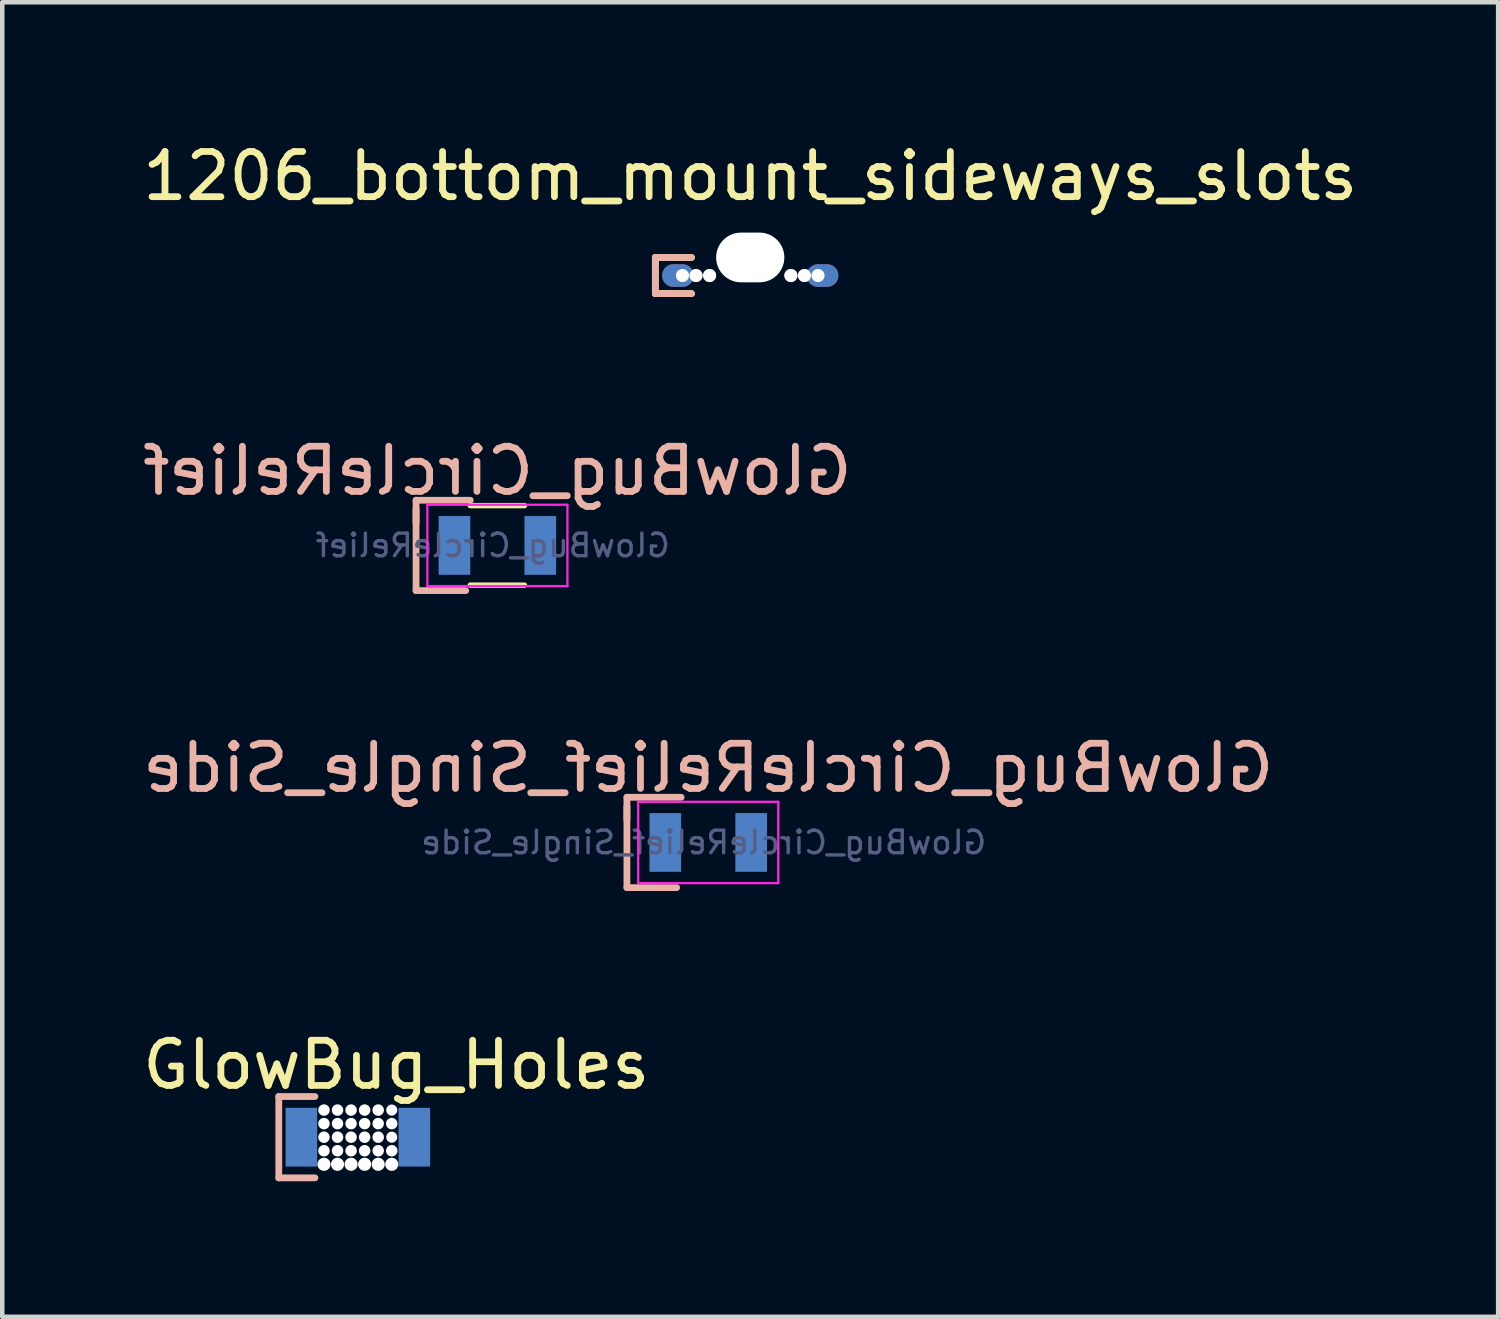
<source format=kicad_pcb>
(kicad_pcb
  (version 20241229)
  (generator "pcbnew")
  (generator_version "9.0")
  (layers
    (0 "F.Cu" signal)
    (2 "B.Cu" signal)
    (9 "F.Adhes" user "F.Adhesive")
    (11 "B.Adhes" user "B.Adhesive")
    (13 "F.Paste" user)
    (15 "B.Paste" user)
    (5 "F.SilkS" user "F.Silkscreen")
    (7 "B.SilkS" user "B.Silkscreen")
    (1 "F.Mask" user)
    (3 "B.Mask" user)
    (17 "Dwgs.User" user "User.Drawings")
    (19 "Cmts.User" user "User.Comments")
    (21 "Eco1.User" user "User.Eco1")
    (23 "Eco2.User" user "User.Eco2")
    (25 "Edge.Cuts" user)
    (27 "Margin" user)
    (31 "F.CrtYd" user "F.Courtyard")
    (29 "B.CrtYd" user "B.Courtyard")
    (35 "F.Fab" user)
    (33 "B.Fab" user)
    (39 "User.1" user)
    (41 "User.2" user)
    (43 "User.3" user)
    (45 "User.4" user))
  (footprint "GlowBug_CircleRelief_Single_Side"
    (layer "F.Cu")
    (at 12.625 15.595)
    (property "Reference" "GlowBug_CircleRelief_Single_Side" (at 0 -1.65 0) (layer "B.SilkS") (effects (font (size 1 1) (thickness 0.15)) (justify mirror)))
    (attr smd)
    (fp_line (start -0.3 0) (end 0.4 0) (stroke (width 0.3) (type solid)) (layer "B.Mask"))
    (fp_circle (center 0 0) (end 0.3 0.2) (stroke (width 0.9) (type solid)) (fill no) (layer "B.Mask"))
    (fp_line (start -1.8 -1) (end -1.8 -0.5) (stroke (width 0.15) (type solid)) (layer "B.SilkS"))
    (fp_line (start -1.8 -0.8) (end -1.8 1) (stroke (width 0.15) (type solid)) (layer "B.SilkS"))
    (fp_line (start -1.8 1) (end -0.7 1) (stroke (width 0.15) (type solid)) (layer "B.SilkS"))
    (fp_line (start -0.6 -1) (end -1.8 -1) (stroke (width 0.15) (type solid)) (layer "B.SilkS"))
    (fp_line (start -1.55 -0.9) (end -1.55 0.9) (stroke (width 0.05) (type solid)) (layer "F.CrtYd"))
    (fp_line (start -1.55 -0.9) (end 1.55 -0.9) (stroke (width 0.05) (type solid)) (layer "F.CrtYd"))
    (fp_line (start 1.55 0.9) (end -1.55 0.9) (stroke (width 0.05) (type solid)) (layer "F.CrtYd"))
    (fp_line (start 1.55 0.9) (end 1.55 -0.9) (stroke (width 0.05) (type solid)) (layer "F.CrtYd"))
    (fp_text user "${REFERENCE}" (at -0.1 0 0) (layer "B.Fab") (effects (font (size 0.5 0.5) (thickness 0.075)) (justify mirror)))
    (pad "1" smd rect (at -0.95 0) (size 0.7 1.3) (layers "B.Cu" "B.Mask" "F.Paste"))
    (pad "2" smd rect (at 0.95 0) (size 0.7 1.3) (layers "B.Cu" "B.Mask" "B.Paste")))
  (footprint "1206_bottom_mount_sideways_slots"
    (layer "F.Cu")
    (at 13.554 2.848)
    (property "Reference" "1206_bottom_mount_sideways_slots" (at 0 -2 0) (layer "F.SilkS") (effects (font (size 1 1) (thickness 0.15))))
    (attr through_hole)
    (fp_line (start -2.1 -0.2) (end -2.1 0.6) (stroke (width 0.15) (type solid)) (layer "F.SilkS"))
    (fp_line (start -2.1 0.6) (end -1.3 0.6) (stroke (width 0.15) (type solid)) (layer "F.SilkS"))
    (fp_line (start -1.3 -0.2) (end -2.1 -0.2) (stroke (width 0.15) (type solid)) (layer "F.SilkS"))
    (fp_line (start -2.1 -0.2) (end -2.1 0.6) (stroke (width 0.15) (type solid)) (layer "B.SilkS"))
    (fp_line (start -2.1 0.6) (end -1.3 0.6) (stroke (width 0.15) (type solid)) (layer "B.SilkS"))
    (fp_line (start -1.3 -0.2) (end -2.1 -0.2) (stroke (width 0.15) (type solid)) (layer "B.SilkS"))
    (pad "" np_thru_hole oval (at 0 -0.2 180) (size 1.51 1.1) (drill oval 1.51 1.1) (layers "*.Cu" "*.Mask"))
    (pad "1" thru_hole oval (at -1.5 0.2 180) (size 0.7 0.5) (drill 0.29 (offset 0.1 0)) (layers "*.Cu" "*.Mask"))
    (pad "1" thru_hole circle (at -1.2 0.2 180) (size 0.29 0.29) (drill 0.29) (layers "*.Cu" "*.Mask"))
    (pad "1" thru_hole circle (at -0.9 0.2 180) (size 0.29 0.29) (drill 0.29) (layers "*.Cu" "*.Mask"))
    (pad "2" thru_hole circle (at 0.9 0.2 180) (size 0.29 0.29) (drill 0.29) (layers "*.Cu" "*.Mask"))
    (pad "2" thru_hole circle (at 1.2 0.2 180) (size 0.29 0.29) (drill 0.29) (layers "*.Cu" "*.Mask"))
    (pad "2" thru_hole oval (at 1.5 0.2) (size 0.7 0.5) (drill oval 0.29 (offset 0.1 0)) (layers "*.Cu" "*.Mask")))
  (footprint "GlowBug_CircleRelief"
    (layer "F.Cu")
    (at 7.958 9.021)
    (property "Reference" "GlowBug_CircleRelief" (at 0 -1.65 0) (layer "B.SilkS") (effects (font (size 1 1) (thickness 0.15)) (justify mirror)))
    (attr smd)
    (fp_line (start -0.3 0) (end 0.4 0) (stroke (width 0.3) (type solid)) (layer "F.Mask"))
    (fp_circle (center 0 0) (end 0.3 0.2) (stroke (width 0.9) (type solid)) (fill no) (layer "F.Mask"))
    (fp_line (start -0.3 0) (end 0.4 0) (stroke (width 0.3) (type solid)) (layer "B.Mask"))
    (fp_circle (center 0 0) (end 0.3 0.2) (stroke (width 0.9) (type solid)) (fill no) (layer "B.Mask"))
    (fp_line (start -0.6 -0.88) (end 0.6 -0.88) (stroke (width 0.12) (type solid)) (layer "F.SilkS"))
    (fp_line (start 0.6 0.88) (end -0.6 0.88) (stroke (width 0.12) (type solid)) (layer "F.SilkS"))
    (fp_line (start -1.8 -1) (end -1.8 -0.5) (stroke (width 0.15) (type solid)) (layer "B.SilkS"))
    (fp_line (start -1.8 -0.8) (end -1.8 1) (stroke (width 0.15) (type solid)) (layer "B.SilkS"))
    (fp_line (start -1.8 1) (end -0.7 1) (stroke (width 0.15) (type solid)) (layer "B.SilkS"))
    (fp_line (start -0.6 -1) (end -1.8 -1) (stroke (width 0.15) (type solid)) (layer "B.SilkS"))
    (fp_line (start -1.55 -0.9) (end -1.55 0.9) (stroke (width 0.05) (type solid)) (layer "F.CrtYd"))
    (fp_line (start -1.55 -0.9) (end 1.55 -0.9) (stroke (width 0.05) (type solid)) (layer "F.CrtYd"))
    (fp_line (start 1.55 0.9) (end -1.55 0.9) (stroke (width 0.05) (type solid)) (layer "F.CrtYd"))
    (fp_line (start 1.55 0.9) (end 1.55 -0.9) (stroke (width 0.05) (type solid)) (layer "F.CrtYd"))
    (fp_text user "${REFERENCE}" (at -0.1 0 0) (layer "B.Fab") (effects (font (size 0.5 0.5) (thickness 0.075)) (justify mirror)))
    (pad "1" smd rect (at -0.95 0) (size 0.7 1.3) (layers "B.Cu" "B.Mask" "F.Paste"))
    (pad "2" smd rect (at 0.95 0) (size 0.7 1.3) (layers "B.Cu" "B.Mask" "B.Paste")))
  (footprint "GlowBug_Holes"
    (layer "F.Cu")
    (at 4.92 22.018)
    (property "Reference" "GlowBug_Holes" (at 0.8 -1.5 0) (layer "F.SilkS") (effects (font (size 1 1) (thickness 0.15))))
    (attr through_hole)
    (fp_line (start -1.8 -0.8) (end -1.8 1) (stroke (width 0.15) (type solid)) (layer "B.SilkS"))
    (fp_line (start -1.8 1) (end -1 1) (stroke (width 0.15) (type solid)) (layer "B.SilkS"))
    (fp_line (start -1 -0.8) (end -1.8 -0.8) (stroke (width 0.15) (type solid)) (layer "B.SilkS"))
    (pad "" np_thru_hole circle (at -0.8 -0.5 180) (size 0.254 0.254) (drill 0.254) (layers "*.Cu" "*.Mask"))
    (pad "" np_thru_hole circle (at -0.8 -0.2 180) (size 0.254 0.254) (drill 0.254) (layers "*.Cu" "*.Mask"))
    (pad "" np_thru_hole circle (at -0.8 0.1 180) (size 0.254 0.254) (drill 0.254) (layers "*.Cu" "*.Mask"))
    (pad "" np_thru_hole circle (at -0.8 0.4 180) (size 0.254 0.254) (drill 0.254) (layers "*.Cu" "*.Mask"))
    (pad "" np_thru_hole circle (at -0.8 0.7 180) (size 0.29 0.29) (drill 0.29) (layers "*.Cu" "*.Mask"))
    (pad "" np_thru_hole circle (at -0.5 -0.5 180) (size 0.254 0.254) (drill 0.254) (layers "*.Cu" "*.Mask"))
    (pad "" np_thru_hole circle (at -0.5 -0.2 180) (size 0.254 0.254) (drill 0.254) (layers "*.Cu" "*.Mask"))
    (pad "" np_thru_hole circle (at -0.5 0.1 180) (size 0.254 0.254) (drill 0.254) (layers "*.Cu" "*.Mask"))
    (pad "" np_thru_hole circle (at -0.5 0.4 180) (size 0.254 0.254) (drill 0.254) (layers "*.Cu" "*.Mask"))
    (pad "" np_thru_hole circle (at -0.5 0.7 180) (size 0.29 0.29) (drill 0.29) (layers "*.Cu" "*.Mask"))
    (pad "" np_thru_hole circle (at -0.2 -0.5 180) (size 0.254 0.254) (drill 0.254) (layers "*.Cu" "*.Mask"))
    (pad "" np_thru_hole circle (at -0.2 -0.2 180) (size 0.254 0.254) (drill 0.254) (layers "*.Cu" "*.Mask"))
    (pad "" np_thru_hole circle (at -0.2 0.1 180) (size 0.254 0.254) (drill 0.254) (layers "*.Cu" "*.Mask"))
    (pad "" np_thru_hole circle (at -0.2 0.4 180) (size 0.254 0.254) (drill 0.254) (layers "*.Cu" "*.Mask"))
    (pad "" np_thru_hole circle (at -0.2 0.7 180) (size 0.29 0.29) (drill 0.29) (layers "*.Cu" "*.Mask"))
    (pad "" np_thru_hole circle (at 0.1 -0.5 180) (size 0.254 0.254) (drill 0.254) (layers "*.Cu" "*.Mask"))
    (pad "" np_thru_hole circle (at 0.1 -0.2 180) (size 0.254 0.254) (drill 0.254) (layers "*.Cu" "*.Mask"))
    (pad "" np_thru_hole circle (at 0.1 0.1 180) (size 0.254 0.254) (drill 0.254) (layers "*.Cu" "*.Mask"))
    (pad "" np_thru_hole circle (at 0.1 0.4 180) (size 0.254 0.254) (drill 0.254) (layers "*.Cu" "*.Mask"))
    (pad "" np_thru_hole circle (at 0.1 0.7 180) (size 0.29 0.29) (drill 0.29) (layers "*.Cu" "*.Mask"))
    (pad "" np_thru_hole circle (at 0.4 -0.5 180) (size 0.254 0.254) (drill 0.254) (layers "*.Cu" "*.Mask"))
    (pad "" np_thru_hole circle (at 0.4 -0.2 180) (size 0.254 0.254) (drill 0.254) (layers "*.Cu" "*.Mask"))
    (pad "" np_thru_hole circle (at 0.4 0.1 180) (size 0.254 0.254) (drill 0.254) (layers "*.Cu" "*.Mask"))
    (pad "" np_thru_hole circle (at 0.4 0.4 180) (size 0.254 0.254) (drill 0.254) (layers "*.Cu" "*.Mask"))
    (pad "" np_thru_hole circle (at 0.4 0.7 180) (size 0.29 0.29) (drill 0.29) (layers "*.Cu" "*.Mask"))
    (pad "" np_thru_hole circle (at 0.7 -0.5 180) (size 0.245 0.245) (drill 0.245) (layers "*.Cu" "*.Mask"))
    (pad "" np_thru_hole circle (at 0.7 -0.2 180) (size 0.254 0.254) (drill 0.254) (layers "*.Cu" "*.Mask"))
    (pad "" np_thru_hole circle (at 0.7 0.1 180) (size 0.245 0.245) (drill 0.245) (layers "*.Cu" "*.Mask"))
    (pad "" np_thru_hole circle (at 0.7 0.4 180) (size 0.254 0.254) (drill 0.254) (layers "*.Cu" "*.Mask"))
    (pad "" np_thru_hole circle (at 0.7 0.7 180) (size 0.29 0.29) (drill 0.29) (layers "*.Cu" "*.Mask"))
    (pad "1" smd rect (at -1.2 0.1 180) (size 0.7 1.3) (drill (offset 0.1 0)) (layers "B.Cu" "B.Mask" "B.Paste"))
    (pad "2" smd rect (at 1.1 0.1) (size 0.7 1.3) (drill oval (offset 0.1 0)) (layers "B.Cu" "B.Mask" "B.Paste")))
  (gr_rect
    (start -3 -3)
    (end 30.107 26.093)
    (stroke (width 0.1) (type default))
    (fill no)
    (layer "Edge.Cuts")))
</source>
